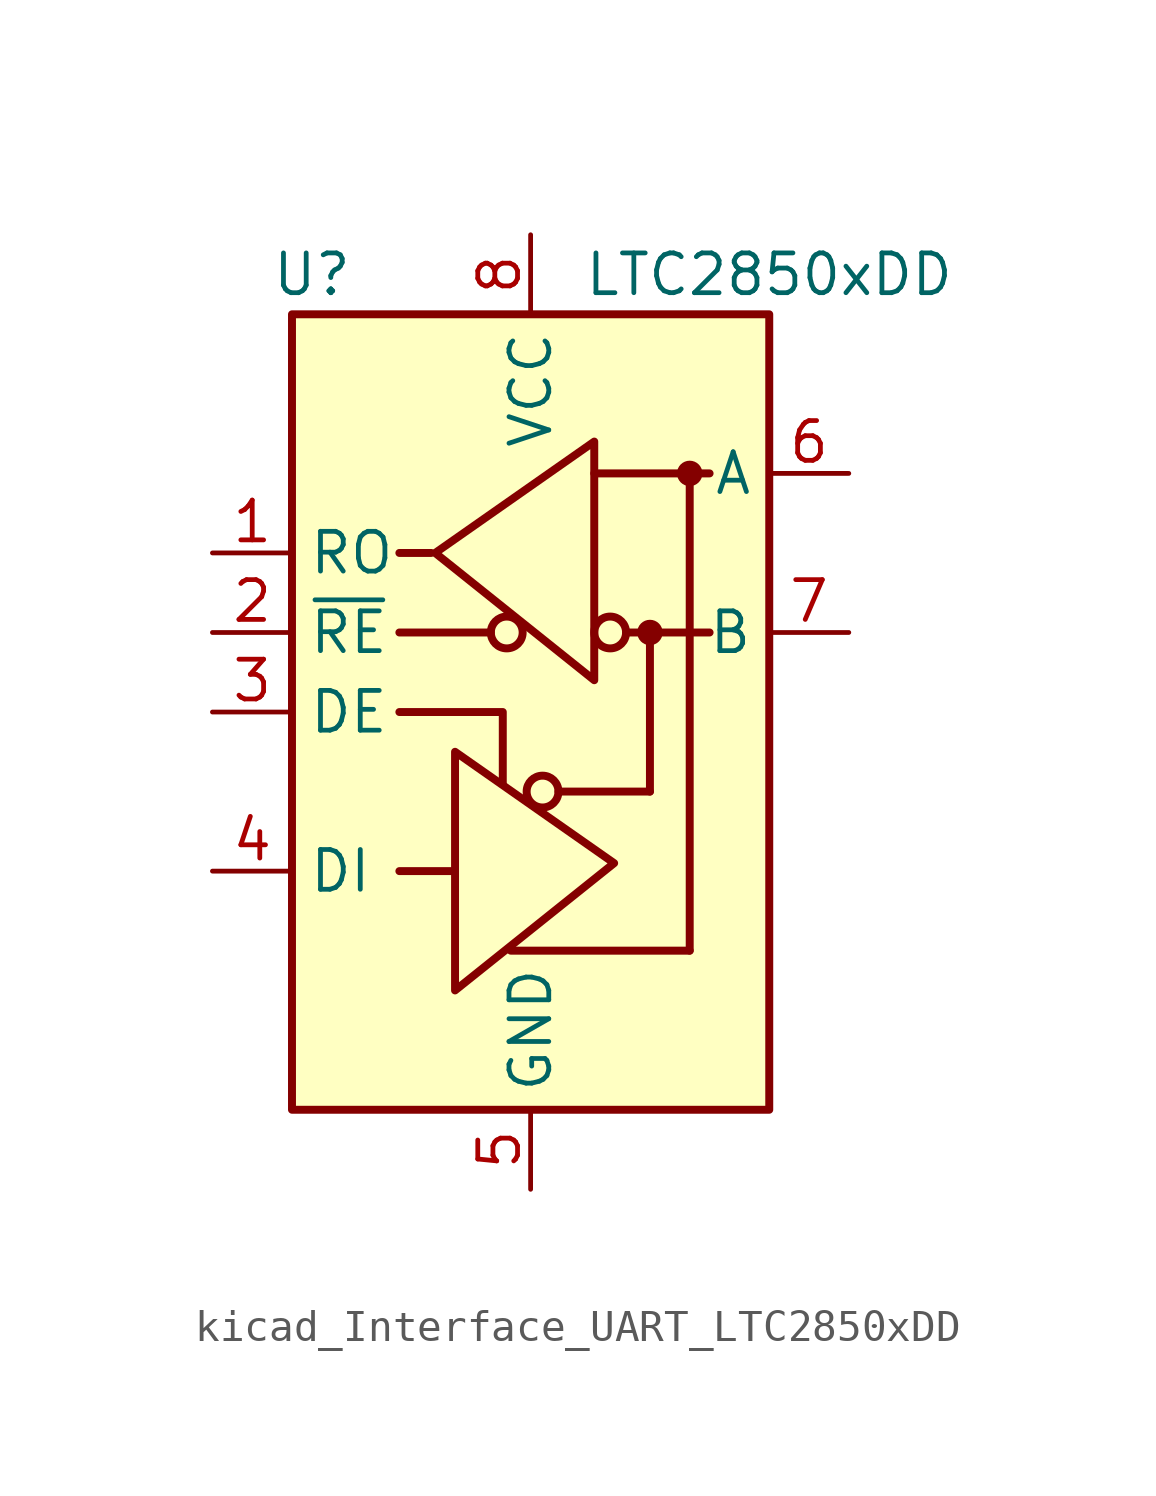
<source format=kicad_sym>
(kicad_symbol_lib
  (version 20220914)
  (generator kicad_symbol_editor)
  (symbol "kicad_Interface_UART_LTC2850xDD"
    (property "Reference" "U"
      (at -6.985 13.97 0)
      (effects (font (size 1.27 1.27))))
    (property "Value" "LTC2850xDD"
      (at 7.62 13.97 0)
      (effects (font (size 1.27 1.27))))
    (symbol "kicad_Interface_UART_LTC2850xDD_0_1"
      (rectangle (start -7.62 12.7) (end 7.62 -12.7) (stroke (width 0.254) (type default)) (fill (type background))))
    (symbol "kicad_Interface_UART_LTC2850xDD_1_1"
      (circle (center -0.762 2.54) (radius 0.508) (stroke (width 0.254) (type default)) (fill (type none)))
      (polyline (pts (xy -4.191 2.54) (xy -1.27 2.54)) (stroke (width 0.254) (type default)) (fill (type none)))
      (polyline (pts (xy -2.54 -5.08) (xy -4.191 -5.08)) (stroke (width 0.254) (type default)) (fill (type none)))
      (polyline (pts (xy -0.635 -7.62) (xy 5.08 -7.62)) (stroke (width 0.254) (type default)) (fill (type none)))
      (polyline (pts (xy 0.889 -2.54) (xy 3.81 -2.54)) (stroke (width 0.254) (type default)) (fill (type none)))
      (polyline (pts (xy 2.032 7.62) (xy 5.715 7.62)) (stroke (width 0.254) (type default)) (fill (type none)))
      (polyline (pts (xy 3.048 2.54) (xy 5.715 2.54)) (stroke (width 0.254) (type default)) (fill (type none)))
      (polyline (pts (xy 3.81 -2.54) (xy 3.81 2.54)) (stroke (width 0.254) (type default)) (fill (type none)))
      (polyline (pts (xy 5.08 -7.62) (xy 5.08 7.62)) (stroke (width 0.254) (type default)) (fill (type none)))
      (polyline (pts (xy -4.191 0) (xy -0.889 0) (xy -0.889 -2.286)) (stroke (width 0.254) (type default)) (fill (type none)))
      (polyline (pts (xy -3.175 5.08) (xy -4.191 5.08) (xy -4.064 5.08)) (stroke (width 0.254) (type default)) (fill (type none)))
      (polyline (pts (xy -2.413 -5.08) (xy -2.413 -1.27) (xy 2.667 -4.826) (xy -2.413 -8.89) (xy -2.413 -5.08)) (stroke (width 0.254) (type default)) (fill (type none)))
      (polyline (pts (xy 2.032 4.826) (xy 2.032 8.636) (xy -3.048 5.08) (xy 2.032 1.016) (xy 2.032 4.826)) (stroke (width 0.254) (type default)) (fill (type none)))
      (circle (center 0.381 -2.54) (radius 0.508) (stroke (width 0.254) (type default)) (fill (type none)))
      (circle (center 2.54 2.54) (radius 0.508) (stroke (width 0.254) (type default)) (fill (type none)))
      (circle (center 3.81 2.54) (radius 0.279) (stroke (width 0.254) (type default)) (fill (type outline)))
      (circle (center 5.08 7.62) (radius 0.279) (stroke (width 0.254) (type default)) (fill (type outline)))
      (pin output line (at -10.16 5.08 0) (length 2.54) (name "RO" (effects (font (size 1.27 1.27)))) (number "1" (effects (font (size 1.27 1.27)))))
      (pin input line (at -10.16 2.54 0) (length 2.54) (name "~{RE}" (effects (font (size 1.27 1.27)))) (number "2" (effects (font (size 1.27 1.27)))))
      (pin input line (at -10.16 0 0) (length 2.54) (name "DE" (effects (font (size 1.27 1.27)))) (number "3" (effects (font (size 1.27 1.27)))))
      (pin input line (at -10.16 -5.08 0) (length 2.54) (name "DI" (effects (font (size 1.27 1.27)))) (number "4" (effects (font (size 1.27 1.27)))))
      (pin power_in line (at 0 -15.24 90) (length 2.54) (name "GND" (effects (font (size 1.27 1.27)))) (number "5" (effects (font (size 1.27 1.27)))))
      (pin bidirectional line (at 10.16 7.62 180) (length 2.54) (name "A" (effects (font (size 1.27 1.27)))) (number "6" (effects (font (size 1.27 1.27)))))
      (pin bidirectional line (at 10.16 2.54 180) (length 2.54) (name "B" (effects (font (size 1.27 1.27)))) (number "7" (effects (font (size 1.27 1.27)))))
      (pin power_in line (at 0 15.24 270) (length 2.54) (name "VCC" (effects (font (size 1.27 1.27)))) (number "8" (effects (font (size 1.27 1.27)))))
      (pin passive line (at 0 -15.24 90) (length 2.54) hide (name "GND" (effects (font (size 1.27 1.27)))) (number "9" (effects (font (size 1.27 1.27))))))))
</source>
